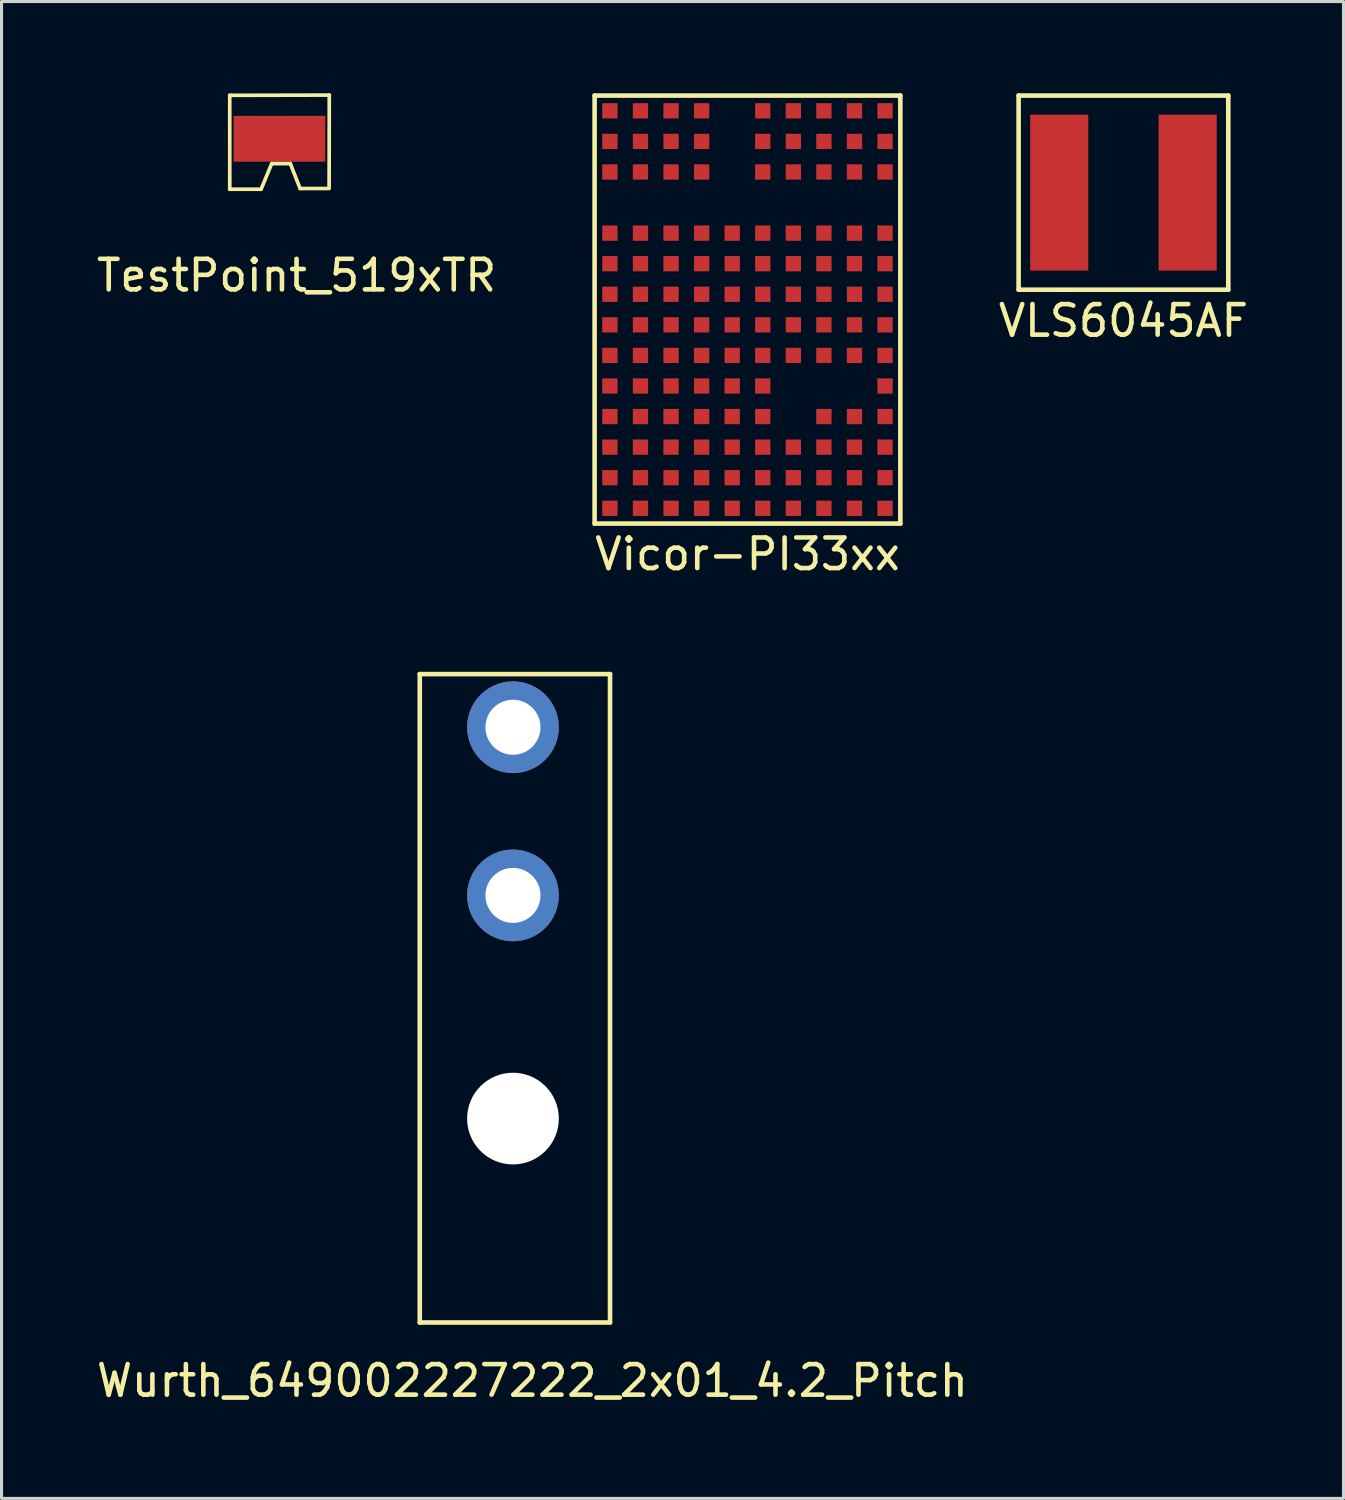
<source format=kicad_pcb>
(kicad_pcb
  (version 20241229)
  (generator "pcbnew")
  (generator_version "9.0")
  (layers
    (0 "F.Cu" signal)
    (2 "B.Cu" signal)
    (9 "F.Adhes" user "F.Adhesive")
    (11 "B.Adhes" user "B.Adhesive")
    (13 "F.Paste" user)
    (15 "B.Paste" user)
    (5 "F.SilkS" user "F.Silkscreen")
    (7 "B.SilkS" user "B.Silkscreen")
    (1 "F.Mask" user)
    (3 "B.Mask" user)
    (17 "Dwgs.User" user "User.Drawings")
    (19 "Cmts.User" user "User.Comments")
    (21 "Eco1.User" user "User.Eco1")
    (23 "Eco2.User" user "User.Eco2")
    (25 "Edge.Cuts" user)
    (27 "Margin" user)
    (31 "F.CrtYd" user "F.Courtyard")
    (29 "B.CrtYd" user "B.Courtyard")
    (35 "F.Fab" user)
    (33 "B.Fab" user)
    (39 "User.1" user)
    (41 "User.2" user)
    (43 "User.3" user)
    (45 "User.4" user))
  (footprint "TestPoint_519xTR"
    (layer "F.Cu")
    (at 6.09 1.49)
    (property "Reference" "TestPoint_519xTR" (at 0.559 4.47 0) (layer "F.SilkS") (effects (font (size 1 1) (thickness 0.15))))
    (attr through_hole)
    (fp_line (start -1.626 -1.422) (end 1.63 -1.43) (stroke (width 0.12) (type solid)) (layer "F.SilkS"))
    (fp_line (start -1.625 1.65) (end -1.626 -1.422) (stroke (width 0.12) (type solid)) (layer "F.SilkS"))
    (fp_line (start -0.6 1.65) (end -1.625 1.65) (stroke (width 0.12) (type solid)) (layer "F.SilkS"))
    (fp_line (start -0.254 0.813) (end -0.6 1.65) (stroke (width 0.12) (type solid)) (layer "F.SilkS"))
    (fp_line (start 0.356 0.813) (end -0.254 0.813) (stroke (width 0.12) (type solid)) (layer "F.SilkS"))
    (fp_line (start 0.675 1.625) (end 0.356 0.813) (stroke (width 0.12) (type solid)) (layer "F.SilkS"))
    (fp_line (start 1.575 1.625) (end 0.675 1.625) (stroke (width 0.12) (type solid)) (layer "F.SilkS"))
    (fp_line (start 1.63 -1.43) (end 1.625 1.625) (stroke (width 0.12) (type solid)) (layer "F.SilkS"))
    (pad "1" smd rect (at 0 0) (size 3 1.5) (layers "F.Cu" "F.Mask" "F.Paste")))
  (footprint "Vicor-PI33xx"
    (layer "F.Cu")
    (at 21.399 7.075)
    (property "Reference" "Vicor-PI33xx" (at 0 8 0) (layer "F.SilkS") (effects (font (size 1 1) (thickness 0.15))))
    (attr through_hole)
    (fp_line (start -5 -7) (end 5 -7) (stroke (width 0.15) (type solid)) (layer "F.SilkS"))
    (fp_line (start -5 7) (end -5 -7) (stroke (width 0.15) (type solid)) (layer "F.SilkS"))
    (fp_line (start 5 -7) (end 5 7) (stroke (width 0.15) (type solid)) (layer "F.SilkS"))
    (fp_line (start 5 7) (end -5 7) (stroke (width 0.15) (type solid)) (layer "F.SilkS"))
    (pad "A1" smd rect (at 4.5 6.5) (size 0.5 0.5) (layers "F.Cu" "F.Mask" "F.Paste"))
    (pad "A2" smd rect (at 4.5 5.5) (size 0.5 0.5) (layers "F.Cu" "F.Mask" "F.Paste"))
    (pad "A3" smd rect (at 4.5 4.5) (size 0.5 0.5) (layers "F.Cu" "F.Mask" "F.Paste"))
    (pad "A4" smd rect (at 4.5 3.5) (size 0.5 0.5) (layers "F.Cu" "F.Mask" "F.Paste"))
    (pad "A5" smd rect (at 4.5 2.5) (size 0.5 0.5) (layers "F.Cu" "F.Mask" "F.Paste"))
    (pad "B1" smd rect (at 3.5 6.5) (size 0.5 0.5) (layers "F.Cu" "F.Mask" "F.Paste"))
    (pad "Blk1" smd rect (at -4.5 5.5) (size 0.5 0.5) (layers "F.Cu" "F.Mask" "F.Paste"))
    (pad "Blk1" smd rect (at -4.5 6.5) (size 0.5 0.5) (layers "F.Cu" "F.Mask" "F.Paste"))
    (pad "Blk1" smd rect (at -3.5 4.5) (size 0.5 0.5) (layers "F.Cu" "F.Mask" "F.Paste"))
    (pad "Blk1" smd rect (at -3.5 5.5) (size 0.5 0.5) (layers "F.Cu" "F.Mask" "F.Paste"))
    (pad "Blk1" smd rect (at -3.5 6.5) (size 0.5 0.5) (layers "F.Cu" "F.Mask" "F.Paste"))
    (pad "Blk1" smd rect (at -2.5 4.5) (size 0.5 0.5) (layers "F.Cu" "F.Mask" "F.Paste"))
    (pad "Blk1" smd rect (at -2.5 5.5) (size 0.5 0.5) (layers "F.Cu" "F.Mask" "F.Paste"))
    (pad "Blk1" smd rect (at -1.5 4.5) (size 0.5 0.5) (layers "F.Cu" "F.Mask" "F.Paste"))
    (pad "Blk1" smd rect (at -1.5 5.5) (size 0.5 0.5) (layers "F.Cu" "F.Mask" "F.Paste"))
    (pad "Blk1" smd rect (at -0.5 4.5) (size 0.5 0.5) (layers "F.Cu" "F.Mask" "F.Paste"))
    (pad "Blk1" smd rect (at -0.5 5.5) (size 0.5 0.5) (layers "F.Cu" "F.Mask" "F.Paste"))
    (pad "Blk1" smd rect (at -0.5 6.5) (size 0.5 0.5) (layers "F.Cu" "F.Mask" "F.Paste"))
    (pad "Blk1" smd rect (at 0.5 4.5) (size 0.5 0.5) (layers "F.Cu" "F.Mask" "F.Paste"))
    (pad "Blk1" smd rect (at 0.5 5.5) (size 0.5 0.5) (layers "F.Cu" "F.Mask" "F.Paste"))
    (pad "Blk1" smd rect (at 1.5 4.5) (size 0.5 0.5) (layers "F.Cu" "F.Mask" "F.Paste"))
    (pad "Blk1" smd rect (at 1.5 5.5) (size 0.5 0.5) (layers "F.Cu" "F.Mask" "F.Paste"))
    (pad "Blk1" smd rect (at 2.5 3.5) (size 0.5 0.5) (layers "F.Cu" "F.Mask" "F.Paste"))
    (pad "Blk1" smd rect (at 2.5 4.5) (size 0.5 0.5) (layers "F.Cu" "F.Mask" "F.Paste"))
    (pad "Blk1" smd rect (at 2.5 5.5) (size 0.5 0.5) (layers "F.Cu" "F.Mask" "F.Paste"))
    (pad "Blk1" smd rect (at 3.5 3.5) (size 0.5 0.5) (layers "F.Cu" "F.Mask" "F.Paste"))
    (pad "Blk1" smd rect (at 3.5 4.5) (size 0.5 0.5) (layers "F.Cu" "F.Mask" "F.Paste"))
    (pad "Blk1" smd rect (at 3.5 5.5) (size 0.5 0.5) (layers "F.Cu" "F.Mask" "F.Paste"))
    (pad "Blk2" smd rect (at -4.5 -2.5) (size 0.5 0.5) (layers "F.Cu" "F.Mask" "F.Paste"))
    (pad "Blk2" smd rect (at -4.5 -1.5) (size 0.5 0.5) (layers "F.Cu" "F.Mask" "F.Paste"))
    (pad "Blk2" smd rect (at -4.5 -0.5) (size 0.5 0.5) (layers "F.Cu" "F.Mask" "F.Paste"))
    (pad "Blk2" smd rect (at -4.5 0.5) (size 0.5 0.5) (layers "F.Cu" "F.Mask" "F.Paste"))
    (pad "Blk2" smd rect (at -4.5 1.5) (size 0.5 0.5) (layers "F.Cu" "F.Mask" "F.Paste"))
    (pad "Blk2" smd rect (at -3.5 -2.5) (size 0.5 0.5) (layers "F.Cu" "F.Mask" "F.Paste"))
    (pad "Blk2" smd rect (at -3.5 -1.5) (size 0.5 0.5) (layers "F.Cu" "F.Mask" "F.Paste"))
    (pad "Blk2" smd rect (at -3.5 -0.5) (size 0.5 0.5) (layers "F.Cu" "F.Mask" "F.Paste"))
    (pad "Blk2" smd rect (at -3.5 0.5) (size 0.5 0.5) (layers "F.Cu" "F.Mask" "F.Paste"))
    (pad "Blk2" smd rect (at -3.5 1.5) (size 0.5 0.5) (layers "F.Cu" "F.Mask" "F.Paste"))
    (pad "Blk2" smd rect (at -3.5 2.5) (size 0.5 0.5) (layers "F.Cu" "F.Mask" "F.Paste"))
    (pad "Blk2" smd rect (at -3.5 3.5) (size 0.5 0.5) (layers "F.Cu" "F.Mask" "F.Paste"))
    (pad "Blk2" smd rect (at -2.5 -2.5) (size 0.5 0.5) (layers "F.Cu" "F.Mask" "F.Paste"))
    (pad "Blk2" smd rect (at -2.5 -1.5) (size 0.5 0.5) (layers "F.Cu" "F.Mask" "F.Paste"))
    (pad "Blk2" smd rect (at -2.5 -0.5) (size 0.5 0.5) (layers "F.Cu" "F.Mask" "F.Paste"))
    (pad "Blk2" smd rect (at -2.5 0.5) (size 0.5 0.5) (layers "F.Cu" "F.Mask" "F.Paste"))
    (pad "Blk2" smd rect (at -2.5 1.5) (size 0.5 0.5) (layers "F.Cu" "F.Mask" "F.Paste"))
    (pad "Blk2" smd rect (at -2.5 2.5) (size 0.5 0.5) (layers "F.Cu" "F.Mask" "F.Paste"))
    (pad "Blk2" smd rect (at -2.5 3.5) (size 0.5 0.5) (layers "F.Cu" "F.Mask" "F.Paste"))
    (pad "Blk2" smd rect (at -1.5 -2.5) (size 0.5 0.5) (layers "F.Cu" "F.Mask" "F.Paste"))
    (pad "Blk2" smd rect (at -1.5 -1.5) (size 0.5 0.5) (layers "F.Cu" "F.Mask" "F.Paste"))
    (pad "Blk2" smd rect (at -1.5 -0.5) (size 0.5 0.5) (layers "F.Cu" "F.Mask" "F.Paste"))
    (pad "Blk2" smd rect (at -1.5 0.5) (size 0.5 0.5) (layers "F.Cu" "F.Mask" "F.Paste"))
    (pad "Blk2" smd rect (at -1.5 1.5) (size 0.5 0.5) (layers "F.Cu" "F.Mask" "F.Paste"))
    (pad "Blk2" smd rect (at -1.5 2.5) (size 0.5 0.5) (layers "F.Cu" "F.Mask" "F.Paste"))
    (pad "Blk2" smd rect (at -1.5 3.5) (size 0.5 0.5) (layers "F.Cu" "F.Mask" "F.Paste"))
    (pad "Blk2" smd rect (at -0.5 -2.5) (size 0.5 0.5) (layers "F.Cu" "F.Mask" "F.Paste"))
    (pad "Blk2" smd rect (at -0.5 -1.5) (size 0.5 0.5) (layers "F.Cu" "F.Mask" "F.Paste"))
    (pad "Blk2" smd rect (at -0.5 -0.5) (size 0.5 0.5) (layers "F.Cu" "F.Mask" "F.Paste"))
    (pad "Blk2" smd rect (at -0.5 0.5) (size 0.5 0.5) (layers "F.Cu" "F.Mask" "F.Paste"))
    (pad "Blk2" smd rect (at -0.5 1.5) (size 0.5 0.5) (layers "F.Cu" "F.Mask" "F.Paste"))
    (pad "Blk2" smd rect (at -0.5 2.5) (size 0.5 0.5) (layers "F.Cu" "F.Mask" "F.Paste"))
    (pad "Blk2" smd rect (at -0.5 3.5) (size 0.5 0.5) (layers "F.Cu" "F.Mask" "F.Paste"))
    (pad "Blk2" smd rect (at 0.5 -2.5) (size 0.5 0.5) (layers "F.Cu" "F.Mask" "F.Paste"))
    (pad "Blk2" smd rect (at 0.5 -1.5) (size 0.5 0.5) (layers "F.Cu" "F.Mask" "F.Paste"))
    (pad "Blk2" smd rect (at 0.5 -0.5) (size 0.5 0.5) (layers "F.Cu" "F.Mask" "F.Paste"))
    (pad "Blk2" smd rect (at 0.5 0.5) (size 0.5 0.5) (layers "F.Cu" "F.Mask" "F.Paste"))
    (pad "Blk2" smd rect (at 0.5 1.5) (size 0.5 0.5) (layers "F.Cu" "F.Mask" "F.Paste"))
    (pad "Blk2" smd rect (at 0.5 2.5) (size 0.5 0.5) (layers "F.Cu" "F.Mask" "F.Paste"))
    (pad "Blk2" smd rect (at 0.5 3.5) (size 0.5 0.5) (layers "F.Cu" "F.Mask" "F.Paste"))
    (pad "Blk2" smd rect (at 1.5 -2.5) (size 0.5 0.5) (layers "F.Cu" "F.Mask" "F.Paste"))
    (pad "Blk2" smd rect (at 1.5 -1.5) (size 0.5 0.5) (layers "F.Cu" "F.Mask" "F.Paste"))
    (pad "Blk2" smd rect (at 1.5 -0.5) (size 0.5 0.5) (layers "F.Cu" "F.Mask" "F.Paste"))
    (pad "Blk2" smd rect (at 2.5 -2.5) (size 0.5 0.5) (layers "F.Cu" "F.Mask" "F.Paste"))
    (pad "Blk2" smd rect (at 2.5 -1.5) (size 0.5 0.5) (layers "F.Cu" "F.Mask" "F.Paste"))
    (pad "Blk2" smd rect (at 2.5 -0.5) (size 0.5 0.5) (layers "F.Cu" "F.Mask" "F.Paste"))
    (pad "Blk2" smd rect (at 3.5 -2.5) (size 0.5 0.5) (layers "F.Cu" "F.Mask" "F.Paste"))
    (pad "Blk2" smd rect (at 3.5 -1.5) (size 0.5 0.5) (layers "F.Cu" "F.Mask" "F.Paste"))
    (pad "Blk2" smd rect (at 3.5 -0.5) (size 0.5 0.5) (layers "F.Cu" "F.Mask" "F.Paste"))
    (pad "Blk2" smd rect (at 4.5 -2.5) (size 0.5 0.5) (layers "F.Cu" "F.Mask" "F.Paste"))
    (pad "Blk2" smd rect (at 4.5 -1.5) (size 0.5 0.5) (layers "F.Cu" "F.Mask" "F.Paste"))
    (pad "Blk2" smd rect (at 4.5 -0.5) (size 0.5 0.5) (layers "F.Cu" "F.Mask" "F.Paste"))
    (pad "Blk3" smd rect (at -4.5 -6.5) (size 0.5 0.5) (layers "F.Cu" "F.Mask" "F.Paste"))
    (pad "Blk3" smd rect (at -4.5 -5.5) (size 0.5 0.5) (layers "F.Cu" "F.Mask" "F.Paste"))
    (pad "Blk3" smd rect (at -4.5 -4.5) (size 0.5 0.5) (layers "F.Cu" "F.Mask" "F.Paste"))
    (pad "Blk3" smd rect (at -3.5 -6.5) (size 0.5 0.5) (layers "F.Cu" "F.Mask" "F.Paste"))
    (pad "Blk3" smd rect (at -3.5 -5.5) (size 0.5 0.5) (layers "F.Cu" "F.Mask" "F.Paste"))
    (pad "Blk3" smd rect (at -3.5 -4.5) (size 0.5 0.5) (layers "F.Cu" "F.Mask" "F.Paste"))
    (pad "Blk3" smd rect (at -2.5 -6.5) (size 0.5 0.5) (layers "F.Cu" "F.Mask" "F.Paste"))
    (pad "Blk3" smd rect (at -2.5 -5.5) (size 0.5 0.5) (layers "F.Cu" "F.Mask" "F.Paste"))
    (pad "Blk3" smd rect (at -2.5 -4.5) (size 0.5 0.5) (layers "F.Cu" "F.Mask" "F.Paste"))
    (pad "Blk3" smd rect (at -1.5 -6.5) (size 0.5 0.5) (layers "F.Cu" "F.Mask" "F.Paste"))
    (pad "Blk3" smd rect (at -1.5 -5.5) (size 0.5 0.5) (layers "F.Cu" "F.Mask" "F.Paste"))
    (pad "Blk3" smd rect (at -1.5 -4.5) (size 0.5 0.5) (layers "F.Cu" "F.Mask" "F.Paste"))
    (pad "Blk4" smd rect (at 0.5 -6.5) (size 0.5 0.5) (layers "F.Cu" "F.Mask" "F.Paste"))
    (pad "Blk4" smd rect (at 0.5 -5.5) (size 0.5 0.5) (layers "F.Cu" "F.Mask" "F.Paste"))
    (pad "Blk4" smd rect (at 0.5 -4.5) (size 0.5 0.5) (layers "F.Cu" "F.Mask" "F.Paste"))
    (pad "Blk4" smd rect (at 1.5 -6.5) (size 0.5 0.5) (layers "F.Cu" "F.Mask" "F.Paste"))
    (pad "Blk4" smd rect (at 1.5 -5.5) (size 0.5 0.5) (layers "F.Cu" "F.Mask" "F.Paste"))
    (pad "Blk4" smd rect (at 1.5 -4.5) (size 0.5 0.5) (layers "F.Cu" "F.Mask" "F.Paste"))
    (pad "Blk4" smd rect (at 2.5 -6.5) (size 0.5 0.5) (layers "F.Cu" "F.Mask" "F.Paste"))
    (pad "Blk4" smd rect (at 2.5 -5.5) (size 0.5 0.5) (layers "F.Cu" "F.Mask" "F.Paste"))
    (pad "Blk4" smd rect (at 2.5 -4.5) (size 0.5 0.5) (layers "F.Cu" "F.Mask" "F.Paste"))
    (pad "Blk4" smd rect (at 3.5 -6.5) (size 0.5 0.5) (layers "F.Cu" "F.Mask" "F.Paste"))
    (pad "Blk4" smd rect (at 3.5 -5.5) (size 0.5 0.5) (layers "F.Cu" "F.Mask" "F.Paste"))
    (pad "Blk4" smd rect (at 3.5 -4.5) (size 0.5 0.5) (layers "F.Cu" "F.Mask" "F.Paste"))
    (pad "Blk4" smd rect (at 4.5 -6.5) (size 0.5 0.5) (layers "F.Cu" "F.Mask" "F.Paste"))
    (pad "Blk4" smd rect (at 4.5 -5.5) (size 0.5 0.5) (layers "F.Cu" "F.Mask" "F.Paste"))
    (pad "Blk4" smd rect (at 4.5 -4.5) (size 0.5 0.5) (layers "F.Cu" "F.Mask" "F.Paste"))
    (pad "Blk5" smd rect (at 1.5 0.5) (size 0.5 0.5) (layers "F.Cu" "F.Mask" "F.Paste"))
    (pad "Blk5" smd rect (at 1.5 1.5) (size 0.5 0.5) (layers "F.Cu" "F.Mask" "F.Paste"))
    (pad "Blk5" smd rect (at 2.5 0.5) (size 0.5 0.5) (layers "F.Cu" "F.Mask" "F.Paste"))
    (pad "Blk5" smd rect (at 2.5 1.5) (size 0.5 0.5) (layers "F.Cu" "F.Mask" "F.Paste"))
    (pad "Blk5" smd rect (at 3.5 0.5) (size 0.5 0.5) (layers "F.Cu" "F.Mask" "F.Paste"))
    (pad "Blk5" smd rect (at 3.5 1.5) (size 0.5 0.5) (layers "F.Cu" "F.Mask" "F.Paste"))
    (pad "Blk5" smd rect (at 4.5 0.5) (size 0.5 0.5) (layers "F.Cu" "F.Mask" "F.Paste"))
    (pad "Blk5" smd rect (at 4.5 1.5) (size 0.5 0.5) (layers "F.Cu" "F.Mask" "F.Paste"))
    (pad "C1" smd rect (at 2.5 6.5) (size 0.5 0.5) (layers "F.Cu" "F.Mask" "F.Paste"))
    (pad "D1" smd rect (at 1.5 6.5) (size 0.5 0.5) (layers "F.Cu" "F.Mask" "F.Paste"))
    (pad "E1" smd rect (at 0.5 6.5) (size 0.5 0.5) (layers "F.Cu" "F.Mask" "F.Paste"))
    (pad "G1" smd rect (at -1.5 6.5) (size 0.5 0.5) (layers "F.Cu" "F.Mask" "F.Paste"))
    (pad "H1" smd rect (at -2.5 6.5) (size 0.5 0.5) (layers "F.Cu" "F.Mask" "F.Paste"))
    (pad "K3" smd rect (at -4.5 4.5) (size 0.5 0.5) (layers "F.Cu" "F.Mask" "F.Paste"))
    (pad "K4" smd rect (at -4.5 3.5) (size 0.5 0.5) (layers "F.Cu" "F.Mask" "F.Paste"))
    (pad "K5" smd rect (at -4.5 2.5) (size 0.5 0.5) (layers "F.Cu" "F.Mask" "F.Paste")))
  (footprint "VLS6045AF"
    (layer "F.Cu")
    (at 33.696 3.25)
    (property "Reference" "VLS6045AF" (at 0 4.191 0) (layer "F.SilkS") (effects (font (size 1 1) (thickness 0.15))))
    (attr through_hole)
    (fp_line (start -3.429 -3.175) (end 3.429 -3.175) (stroke (width 0.15) (type solid)) (layer "F.SilkS"))
    (fp_line (start -3.429 3.175) (end -3.429 -3.175) (stroke (width 0.15) (type solid)) (layer "F.SilkS"))
    (fp_line (start 3.429 -3.175) (end 3.429 3.175) (stroke (width 0.15) (type solid)) (layer "F.SilkS"))
    (fp_line (start 3.429 3.175) (end -3.429 3.175) (stroke (width 0.15) (type solid)) (layer "F.SilkS"))
    (pad "1" smd rect (at -2.1 0) (size 1.9 5.1) (layers "F.Cu" "F.Mask" "F.Paste"))
    (pad "2" smd rect (at 2.1 0) (size 1.9 5.1) (layers "F.Cu" "F.Mask" "F.Paste")))
  (footprint "Wurth_649002227222_2x01_4.2_Pitch"
    (layer "F.Cu")
    (at 13.728 26.237)
    (property "Reference" "Wurth_649002227222_2x01_4.2_Pitch" (at 0.635 15.875 0) (layer "F.SilkS") (effects (font (size 1 1) (thickness 0.15))))
    (attr through_hole)
    (fp_line (start -3.048 -7.239) (end -3.048 13.97) (stroke (width 0.15) (type solid)) (layer "F.SilkS"))
    (fp_line (start -3.048 13.97) (end 3.175 13.97) (stroke (width 0.15) (type solid)) (layer "F.SilkS"))
    (fp_line (start 3.175 -7.239) (end -3.048 -7.239) (stroke (width 0.15) (type solid)) (layer "F.SilkS"))
    (fp_line (start 3.175 13.97) (end 3.175 -7.239) (stroke (width 0.15) (type solid)) (layer "F.SilkS"))
    (pad "" np_thru_hole circle (at 0 7.3) (size 3 3) (drill 3) (layers "*.Cu" "*.Mask"))
    (pad "1" thru_hole circle (at 0 -5.5) (size 3 3) (drill 1.8) (layers "*.Cu" "*.Mask"))
    (pad "2" thru_hole circle (at 0 0) (size 3 3) (drill 1.8) (layers "*.Cu" "*.Mask")))
  (gr_rect
    (start -3 -3)
    (end 40.893 45.961)
    (stroke (width 0.1) (type default))
    (fill no)
    (layer "Edge.Cuts")))
</source>
